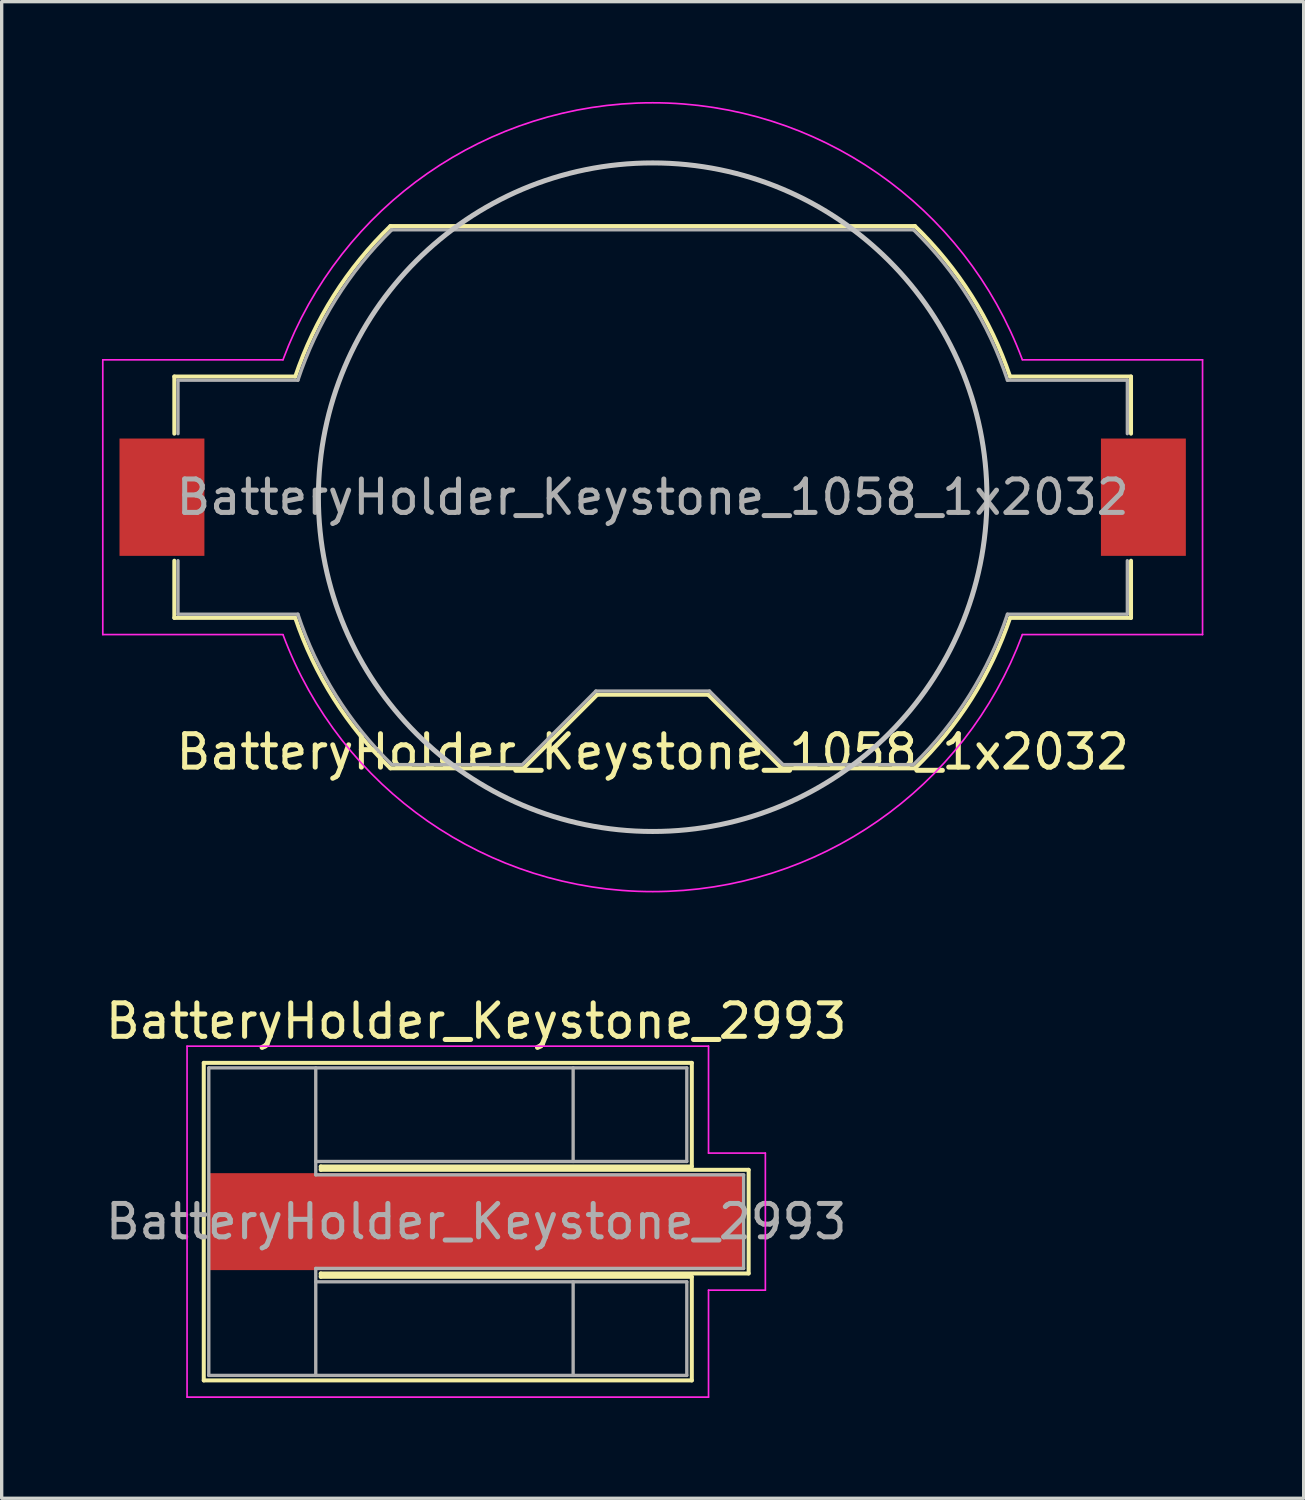
<source format=kicad_pcb>
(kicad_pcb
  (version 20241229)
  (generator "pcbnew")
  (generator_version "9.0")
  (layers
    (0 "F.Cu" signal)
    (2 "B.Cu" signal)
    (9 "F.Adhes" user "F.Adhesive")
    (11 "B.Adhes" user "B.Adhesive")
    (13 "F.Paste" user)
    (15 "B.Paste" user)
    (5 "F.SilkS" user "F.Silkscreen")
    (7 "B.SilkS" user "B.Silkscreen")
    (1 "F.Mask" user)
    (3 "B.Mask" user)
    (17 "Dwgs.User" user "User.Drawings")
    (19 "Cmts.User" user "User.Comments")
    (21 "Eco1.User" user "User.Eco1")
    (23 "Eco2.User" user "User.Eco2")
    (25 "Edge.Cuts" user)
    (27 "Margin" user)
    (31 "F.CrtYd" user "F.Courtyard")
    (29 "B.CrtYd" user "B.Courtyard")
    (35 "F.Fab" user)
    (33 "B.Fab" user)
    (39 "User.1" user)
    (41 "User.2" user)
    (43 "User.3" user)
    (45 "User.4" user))
  (footprint "BatteryHolder_Keystone_1058_1x2032"
    (layer "F.Cu")
    (at 16.475 11.824)
    (property "Reference" "BatteryHolder_Keystone_1058_1x2032" (at 0 7.62 0) (layer "F.SilkS") (effects (font (size 1 1) (thickness 0.15))))
    (attr smd)
    (fp_line (start -14.31 -3.61) (end -10.692 -3.61) (stroke (width 0.12) (type solid)) (layer "F.SilkS"))
    (fp_line (start -14.31 -1.9) (end -14.31 -3.61) (stroke (width 0.12) (type solid)) (layer "F.SilkS"))
    (fp_line (start -14.31 1.9) (end -14.31 3.61) (stroke (width 0.12) (type solid)) (layer "F.SilkS"))
    (fp_line (start -10.692 3.61) (end -14.31 3.61) (stroke (width 0.12) (type solid)) (layer "F.SilkS"))
    (fp_line (start -7.847 -8.11) (end 7.847 -8.11) (stroke (width 0.12) (type solid)) (layer "F.SilkS"))
    (fp_line (start -3.86 8.11) (end -7.847 8.11) (stroke (width 0.12) (type solid)) (layer "F.SilkS"))
    (fp_line (start -1.66 5.91) (end -3.86 8.11) (stroke (width 0.12) (type solid)) (layer "F.SilkS"))
    (fp_line (start 1.66 5.91) (end -1.66 5.91) (stroke (width 0.12) (type solid)) (layer "F.SilkS"))
    (fp_line (start 1.66 5.91) (end 3.86 8.11) (stroke (width 0.12) (type solid)) (layer "F.SilkS"))
    (fp_line (start 7.847 8.11) (end 3.86 8.11) (stroke (width 0.12) (type solid)) (layer "F.SilkS"))
    (fp_line (start 10.692 -3.61) (end 14.31 -3.61) (stroke (width 0.12) (type solid)) (layer "F.SilkS"))
    (fp_line (start 14.31 -1.9) (end 14.31 -3.61) (stroke (width 0.12) (type solid)) (layer "F.SilkS"))
    (fp_line (start 14.31 1.9) (end 14.31 3.61) (stroke (width 0.12) (type solid)) (layer "F.SilkS"))
    (fp_line (start 14.31 3.61) (end 10.692 3.61) (stroke (width 0.12) (type solid)) (layer "F.SilkS"))
    (fp_arc (start -10.692 -3.61) (mid -9.538084 -6.031244) (end -7.845371 -8.111789) (stroke (width 0.12) (type solid)) (layer "F.SilkS"))
    (fp_arc (start -7.845371 8.111789) (mid -9.538085 6.031244) (end -10.692 3.61) (stroke (width 0.12) (type solid)) (layer "F.SilkS"))
    (fp_arc (start 7.845371 -8.111789) (mid 9.538085 -6.031244) (end 10.692 -3.61) (stroke (width 0.12) (type solid)) (layer "F.SilkS"))
    (fp_arc (start 10.692 3.61) (mid 9.538084 6.031244) (end 7.845371 8.111789) (stroke (width 0.12) (type solid)) (layer "F.SilkS"))
    (fp_circle (center 0 0) (end 10 0) (stroke (width 0.15) (type solid)) (fill no) (layer "Dwgs.User"))
    (fp_line (start -16.45 -4.11) (end -16.45 4.11) (stroke (width 0.05) (type solid)) (layer "F.CrtYd"))
    (fp_line (start -16.45 -4.11) (end -11.06 -4.11) (stroke (width 0.05) (type solid)) (layer "F.CrtYd"))
    (fp_line (start -16.45 4.11) (end -11.06 4.11) (stroke (width 0.05) (type solid)) (layer "F.CrtYd"))
    (fp_line (start 11.06 4.11) (end 16.45 4.11) (stroke (width 0.05) (type solid)) (layer "F.CrtYd"))
    (fp_line (start 16.45 -4.11) (end 11.06 -4.11) (stroke (width 0.05) (type solid)) (layer "F.CrtYd"))
    (fp_line (start 16.45 4.11) (end 16.45 -4.11) (stroke (width 0.05) (type solid)) (layer "F.CrtYd"))
    (fp_arc (start -11.06 -4.11) (mid -0.002978 -11.79897) (end 11.057924 -4.115582) (stroke (width 0.05) (type solid)) (layer "F.CrtYd"))
    (fp_arc (start 11.06 4.11) (mid 0.002978 11.79897) (end -11.057924 4.115582) (stroke (width 0.05) (type solid)) (layer "F.CrtYd"))
    (fp_line (start -14.2 -3.5) (end -14.2 -1.9) (stroke (width 0.1) (type solid)) (layer "F.Fab"))
    (fp_line (start -14.2 -3.5) (end -10.613 -3.5) (stroke (width 0.1) (type solid)) (layer "F.Fab"))
    (fp_line (start -14.2 1.9) (end -14.2 3.5) (stroke (width 0.1) (type solid)) (layer "F.Fab"))
    (fp_line (start -14.2 3.5) (end -10.613 3.5) (stroke (width 0.1) (type solid)) (layer "F.Fab"))
    (fp_line (start -7.803 -8) (end 7.803 -8) (stroke (width 0.1) (type solid)) (layer "F.Fab"))
    (fp_line (start -3.9 8) (end -7.803 8) (stroke (width 0.1) (type solid)) (layer "F.Fab"))
    (fp_line (start -1.7 5.8) (end -3.9 8) (stroke (width 0.1) (type solid)) (layer "F.Fab"))
    (fp_line (start -1.7 5.8) (end 1.7 5.8) (stroke (width 0.1) (type solid)) (layer "F.Fab"))
    (fp_line (start 1.7 5.8) (end 3.9 8) (stroke (width 0.1) (type solid)) (layer "F.Fab"))
    (fp_line (start 3.9 8) (end 7.803 8) (stroke (width 0.1) (type solid)) (layer "F.Fab"))
    (fp_line (start 10.613 -3.5) (end 14.2 -3.5) (stroke (width 0.1) (type solid)) (layer "F.Fab"))
    (fp_line (start 14.2 -3.5) (end 14.2 -1.9) (stroke (width 0.1) (type solid)) (layer "F.Fab"))
    (fp_line (start 14.2 1.9) (end 14.2 3.5) (stroke (width 0.1) (type solid)) (layer "F.Fab"))
    (fp_line (start 14.2 3.5) (end 10.613 3.5) (stroke (width 0.1) (type solid)) (layer "F.Fab"))
    (fp_arc (start -10.61275 -3.5) (mid -9.478596 -5.919179) (end -7.802602 -7.999992) (stroke (width 0.1) (type solid)) (layer "F.Fab"))
    (fp_arc (start -7.802602 7.999992) (mid -9.478596 5.91918) (end -10.61275 3.5) (stroke (width 0.1) (type solid)) (layer "F.Fab"))
    (fp_arc (start 7.802602 -7.999992) (mid 9.478596 -5.91918) (end 10.61275 -3.5) (stroke (width 0.1) (type solid)) (layer "F.Fab"))
    (fp_arc (start 10.61275 3.5) (mid 9.478596 5.919179) (end 7.802602 7.999992) (stroke (width 0.1) (type solid)) (layer "F.Fab"))
    (fp_text user "${REFERENCE}" (at 0 0 0) (layer "F.Fab") (effects (font (size 1 1) (thickness 0.15))))
    (pad "1" smd rect (at -14.68 0) (size 2.54 3.51) (layers "F.Cu" "F.Mask" "F.Paste"))
    (pad "2" smd rect (at 14.68 0) (size 2.54 3.51) (layers "F.Cu" "F.Mask" "F.Paste")))
  (footprint "BatteryHolder_Keystone_2993"
    (layer "F.Cu")
    (at 11.196 33.496)
    (property "Reference" "BatteryHolder_Keystone_2993" (at 0 -6 0) (layer "F.SilkS") (effects (font (size 1 1) (thickness 0.15))))
    (attr smd)
    (fp_line (start -8.15 -4.75) (end -8.15 4.75) (stroke (width 0.12) (type solid)) (layer "F.SilkS"))
    (fp_line (start -8.15 -4.75) (end 6.45 -4.75) (stroke (width 0.12) (type solid)) (layer "F.SilkS"))
    (fp_line (start -8.15 4.75) (end 6.45 4.75) (stroke (width 0.12) (type solid)) (layer "F.SilkS"))
    (fp_line (start -4.65 -1.65) (end -4.65 -1.55) (stroke (width 0.12) (type solid)) (layer "F.SilkS"))
    (fp_line (start -4.65 -1.55) (end 8.15 -1.55) (stroke (width 0.12) (type solid)) (layer "F.SilkS"))
    (fp_line (start -4.65 1.55) (end 8.15 1.55) (stroke (width 0.12) (type solid)) (layer "F.SilkS"))
    (fp_line (start -4.65 1.65) (end -4.65 1.55) (stroke (width 0.12) (type solid)) (layer "F.SilkS"))
    (fp_line (start 6.45 -4.75) (end 6.45 -1.65) (stroke (width 0.12) (type solid)) (layer "F.SilkS"))
    (fp_line (start 6.45 -1.65) (end -4.65 -1.65) (stroke (width 0.12) (type solid)) (layer "F.SilkS"))
    (fp_line (start 6.45 1.65) (end -4.65 1.65) (stroke (width 0.12) (type solid)) (layer "F.SilkS"))
    (fp_line (start 6.45 4.75) (end 6.45 1.65) (stroke (width 0.12) (type solid)) (layer "F.SilkS"))
    (fp_line (start 8.15 -1.55) (end 8.15 1.55) (stroke (width 0.12) (type solid)) (layer "F.SilkS"))
    (fp_line (start -8.65 -5.25) (end -8.65 5.25) (stroke (width 0.05) (type solid)) (layer "F.CrtYd"))
    (fp_line (start -8.65 -5.25) (end 6.95 -5.25) (stroke (width 0.05) (type solid)) (layer "F.CrtYd"))
    (fp_line (start -8.65 5.25) (end 6.95 5.25) (stroke (width 0.05) (type solid)) (layer "F.CrtYd"))
    (fp_line (start 6.95 -5.25) (end 6.95 -2.05) (stroke (width 0.05) (type solid)) (layer "F.CrtYd"))
    (fp_line (start 6.95 -2.05) (end 8.65 -2.05) (stroke (width 0.05) (type solid)) (layer "F.CrtYd"))
    (fp_line (start 6.95 2.05) (end 8.65 2.05) (stroke (width 0.05) (type solid)) (layer "F.CrtYd"))
    (fp_line (start 6.95 5.25) (end 6.95 2.05) (stroke (width 0.05) (type solid)) (layer "F.CrtYd"))
    (fp_line (start 8.65 -2.05) (end 8.65 2.05) (stroke (width 0.05) (type solid)) (layer "F.CrtYd"))
    (fp_line (start -8 -4.6) (end -8 4.6) (stroke (width 0.1) (type solid)) (layer "F.Fab"))
    (fp_line (start -8 -4.6) (end 6.3 -4.6) (stroke (width 0.1) (type solid)) (layer "F.Fab"))
    (fp_line (start -4.8 -1.4) (end -4.8 -4.6) (stroke (width 0.1) (type solid)) (layer "F.Fab"))
    (fp_line (start -4.8 -1.4) (end 8 -1.4) (stroke (width 0.1) (type solid)) (layer "F.Fab"))
    (fp_line (start -4.8 1.4) (end -4.8 4.6) (stroke (width 0.1) (type solid)) (layer "F.Fab"))
    (fp_line (start 2.9 -1.8) (end 2.9 -4.6) (stroke (width 0.1) (type solid)) (layer "F.Fab"))
    (fp_line (start 2.9 1.8) (end 2.9 4.6) (stroke (width 0.1) (type solid)) (layer "F.Fab"))
    (fp_line (start 6.3 -4.6) (end 6.3 -1.8) (stroke (width 0.1) (type solid)) (layer "F.Fab"))
    (fp_line (start 6.3 -1.8) (end -4.8 -1.8) (stroke (width 0.1) (type solid)) (layer "F.Fab"))
    (fp_line (start 6.3 1.8) (end -4.8 1.8) (stroke (width 0.1) (type solid)) (layer "F.Fab"))
    (fp_line (start 6.3 4.6) (end -8 4.6) (stroke (width 0.1) (type solid)) (layer "F.Fab"))
    (fp_line (start 6.3 4.6) (end 6.3 1.8) (stroke (width 0.1) (type solid)) (layer "F.Fab"))
    (fp_line (start 8 -1.4) (end 8 1.4) (stroke (width 0.1) (type solid)) (layer "F.Fab"))
    (fp_line (start 8 1.4) (end -4.8 1.4) (stroke (width 0.1) (type solid)) (layer "F.Fab"))
    (fp_text user "${REFERENCE}" (at 0 0 0) (layer "F.Fab") (effects (font (size 1 1) (thickness 0.15))))
    (pad "1" smd rect (at 0 0) (size 16 2.9) (layers "F.Cu" "F.Mask" "F.Paste")))
  (gr_rect
    (start -3 -3)
    (end 35.95 41.771)
    (stroke (width 0.1) (type default))
    (fill no)
    (layer "Edge.Cuts")))
</source>
